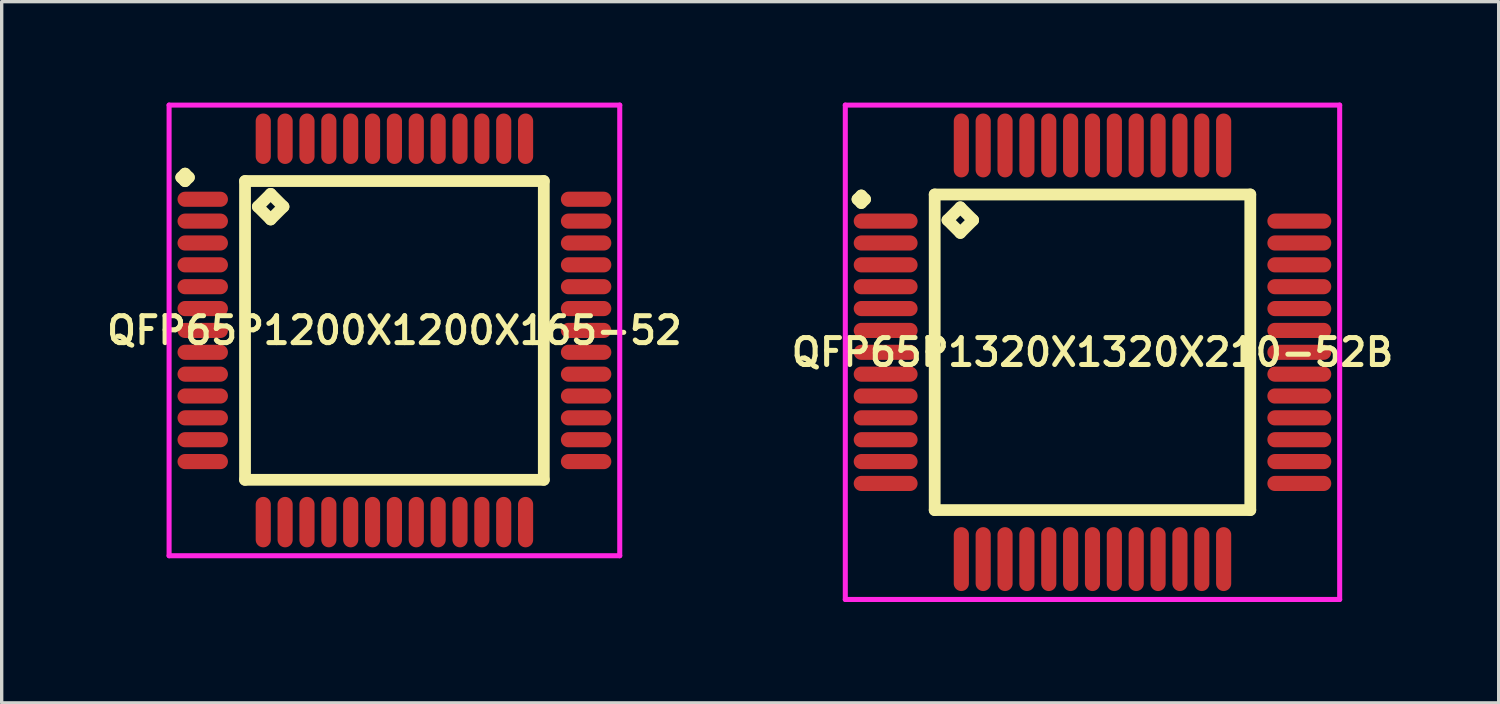
<source format=kicad_pcb>
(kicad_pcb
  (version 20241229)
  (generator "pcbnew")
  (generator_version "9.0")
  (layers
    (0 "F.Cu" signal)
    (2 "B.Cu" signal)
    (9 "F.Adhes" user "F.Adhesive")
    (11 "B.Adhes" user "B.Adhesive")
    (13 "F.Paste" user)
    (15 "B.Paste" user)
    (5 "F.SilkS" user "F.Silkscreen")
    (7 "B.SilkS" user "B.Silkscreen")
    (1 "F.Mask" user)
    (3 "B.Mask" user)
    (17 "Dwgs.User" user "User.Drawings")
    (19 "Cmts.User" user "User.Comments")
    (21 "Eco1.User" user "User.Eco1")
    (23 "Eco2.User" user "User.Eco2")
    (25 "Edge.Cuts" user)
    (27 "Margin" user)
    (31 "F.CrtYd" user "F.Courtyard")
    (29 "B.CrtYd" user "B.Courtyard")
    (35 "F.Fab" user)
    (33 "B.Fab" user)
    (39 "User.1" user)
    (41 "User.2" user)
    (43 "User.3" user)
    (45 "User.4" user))
  (footprint "QFP65P1320X1320X210-52B"
    (layer "F.Cu")
    (at 29.435 7.425)
    (property "Reference" "QFP65P1320X1320X210-52B" (at 0 0 0) (layer "F.SilkS") (effects (font (size 0.8 0.8) (thickness 0.15))))
    (attr through_hole)
    (fp_line (start -6.987 -4.55) (end -6.875 -4.662) (stroke (width 0.35) (type solid)) (layer "F.SilkS"))
    (fp_line (start -6.875 -4.662) (end -6.763 -4.55) (stroke (width 0.35) (type solid)) (layer "F.SilkS"))
    (fp_line (start -6.875 -4.438) (end -6.987 -4.55) (stroke (width 0.35) (type solid)) (layer "F.SilkS"))
    (fp_line (start -6.763 -4.55) (end -6.875 -4.438) (stroke (width 0.35) (type solid)) (layer "F.SilkS"))
    (fp_line (start -4.692 -4.692) (end -4.692 4.692) (stroke (width 0.35) (type solid)) (layer "F.SilkS"))
    (fp_line (start -4.692 4.692) (end 4.692 4.692) (stroke (width 0.35) (type solid)) (layer "F.SilkS"))
    (fp_line (start -4.311 -3.93) (end -3.93 -4.311) (stroke (width 0.35) (type solid)) (layer "F.SilkS"))
    (fp_line (start -3.93 -4.311) (end -3.549 -3.93) (stroke (width 0.35) (type solid)) (layer "F.SilkS"))
    (fp_line (start -3.93 -3.549) (end -4.311 -3.93) (stroke (width 0.35) (type solid)) (layer "F.SilkS"))
    (fp_line (start -3.549 -3.93) (end -3.93 -3.549) (stroke (width 0.35) (type solid)) (layer "F.SilkS"))
    (fp_line (start 4.692 -4.692) (end -4.692 -4.692) (stroke (width 0.35) (type solid)) (layer "F.SilkS"))
    (fp_line (start 4.692 4.692) (end 4.692 -4.692) (stroke (width 0.35) (type solid)) (layer "F.SilkS"))
    (fp_line (start -7.35 -7.35) (end 7.35 -7.35) (stroke (width 0.15) (type solid)) (layer "F.CrtYd"))
    (fp_line (start -7.35 7.35) (end -7.35 -7.35) (stroke (width 0.15) (type solid)) (layer "F.CrtYd"))
    (fp_line (start 7.35 -7.35) (end 7.35 7.35) (stroke (width 0.15) (type solid)) (layer "F.CrtYd"))
    (fp_line (start 7.35 7.35) (end -7.35 7.35) (stroke (width 0.15) (type solid)) (layer "F.CrtYd"))
    (pad "1" smd oval (at -6.15 -3.9) (size 1.9 0.45) (layers "F.Cu" "F.Mask" "F.Paste"))
    (pad "2" smd oval (at -6.15 -3.25) (size 1.9 0.45) (layers "F.Cu" "F.Mask" "F.Paste"))
    (pad "3" smd oval (at -6.15 -2.6) (size 1.9 0.45) (layers "F.Cu" "F.Mask" "F.Paste"))
    (pad "4" smd oval (at -6.15 -1.95) (size 1.9 0.45) (layers "F.Cu" "F.Mask" "F.Paste"))
    (pad "5" smd oval (at -6.15 -1.3) (size 1.9 0.45) (layers "F.Cu" "F.Mask" "F.Paste"))
    (pad "6" smd oval (at -6.15 -0.65) (size 1.9 0.45) (layers "F.Cu" "F.Mask" "F.Paste"))
    (pad "7" smd oval (at -6.15 0) (size 1.9 0.45) (layers "F.Cu" "F.Mask" "F.Paste"))
    (pad "8" smd oval (at -6.15 0.65) (size 1.9 0.45) (layers "F.Cu" "F.Mask" "F.Paste"))
    (pad "9" smd oval (at -6.15 1.3) (size 1.9 0.45) (layers "F.Cu" "F.Mask" "F.Paste"))
    (pad "10" smd oval (at -6.15 1.95) (size 1.9 0.45) (layers "F.Cu" "F.Mask" "F.Paste"))
    (pad "11" smd oval (at -6.15 2.6) (size 1.9 0.45) (layers "F.Cu" "F.Mask" "F.Paste"))
    (pad "12" smd oval (at -6.15 3.25) (size 1.9 0.45) (layers "F.Cu" "F.Mask" "F.Paste"))
    (pad "13" smd oval (at -6.15 3.9) (size 1.9 0.45) (layers "F.Cu" "F.Mask" "F.Paste"))
    (pad "14" smd oval (at -3.9 6.15) (size 0.45 1.9) (layers "F.Cu" "F.Mask" "F.Paste"))
    (pad "15" smd oval (at -3.25 6.15) (size 0.45 1.9) (layers "F.Cu" "F.Mask" "F.Paste"))
    (pad "16" smd oval (at -2.6 6.15) (size 0.45 1.9) (layers "F.Cu" "F.Mask" "F.Paste"))
    (pad "17" smd oval (at -1.95 6.15) (size 0.45 1.9) (layers "F.Cu" "F.Mask" "F.Paste"))
    (pad "18" smd oval (at -1.3 6.15) (size 0.45 1.9) (layers "F.Cu" "F.Mask" "F.Paste"))
    (pad "19" smd oval (at -0.65 6.15) (size 0.45 1.9) (layers "F.Cu" "F.Mask" "F.Paste"))
    (pad "20" smd oval (at 0 6.15) (size 0.45 1.9) (layers "F.Cu" "F.Mask" "F.Paste"))
    (pad "21" smd oval (at 0.65 6.15) (size 0.45 1.9) (layers "F.Cu" "F.Mask" "F.Paste"))
    (pad "22" smd oval (at 1.3 6.15) (size 0.45 1.9) (layers "F.Cu" "F.Mask" "F.Paste"))
    (pad "23" smd oval (at 1.95 6.15) (size 0.45 1.9) (layers "F.Cu" "F.Mask" "F.Paste"))
    (pad "24" smd oval (at 2.6 6.15) (size 0.45 1.9) (layers "F.Cu" "F.Mask" "F.Paste"))
    (pad "25" smd oval (at 3.25 6.15) (size 0.45 1.9) (layers "F.Cu" "F.Mask" "F.Paste"))
    (pad "26" smd oval (at 3.9 6.15) (size 0.45 1.9) (layers "F.Cu" "F.Mask" "F.Paste"))
    (pad "27" smd oval (at 6.15 3.9) (size 1.9 0.45) (layers "F.Cu" "F.Mask" "F.Paste"))
    (pad "28" smd oval (at 6.15 3.25) (size 1.9 0.45) (layers "F.Cu" "F.Mask" "F.Paste"))
    (pad "29" smd oval (at 6.15 2.6) (size 1.9 0.45) (layers "F.Cu" "F.Mask" "F.Paste"))
    (pad "30" smd oval (at 6.15 1.95) (size 1.9 0.45) (layers "F.Cu" "F.Mask" "F.Paste"))
    (pad "31" smd oval (at 6.15 1.3) (size 1.9 0.45) (layers "F.Cu" "F.Mask" "F.Paste"))
    (pad "32" smd oval (at 6.15 0.65) (size 1.9 0.45) (layers "F.Cu" "F.Mask" "F.Paste"))
    (pad "33" smd oval (at 6.15 0) (size 1.9 0.45) (layers "F.Cu" "F.Mask" "F.Paste"))
    (pad "34" smd oval (at 6.15 -0.65) (size 1.9 0.45) (layers "F.Cu" "F.Mask" "F.Paste"))
    (pad "35" smd oval (at 6.15 -1.3) (size 1.9 0.45) (layers "F.Cu" "F.Mask" "F.Paste"))
    (pad "36" smd oval (at 6.15 -1.95) (size 1.9 0.45) (layers "F.Cu" "F.Mask" "F.Paste"))
    (pad "37" smd oval (at 6.15 -2.6) (size 1.9 0.45) (layers "F.Cu" "F.Mask" "F.Paste"))
    (pad "38" smd oval (at 6.15 -3.25) (size 1.9 0.45) (layers "F.Cu" "F.Mask" "F.Paste"))
    (pad "39" smd oval (at 6.15 -3.9) (size 1.9 0.45) (layers "F.Cu" "F.Mask" "F.Paste"))
    (pad "40" smd oval (at 3.9 -6.15) (size 0.45 1.9) (layers "F.Cu" "F.Mask" "F.Paste"))
    (pad "41" smd oval (at 3.25 -6.15) (size 0.45 1.9) (layers "F.Cu" "F.Mask" "F.Paste"))
    (pad "42" smd oval (at 2.6 -6.15) (size 0.45 1.9) (layers "F.Cu" "F.Mask" "F.Paste"))
    (pad "43" smd oval (at 1.95 -6.15) (size 0.45 1.9) (layers "F.Cu" "F.Mask" "F.Paste"))
    (pad "44" smd oval (at 1.3 -6.15) (size 0.45 1.9) (layers "F.Cu" "F.Mask" "F.Paste"))
    (pad "45" smd oval (at 0.65 -6.15) (size 0.45 1.9) (layers "F.Cu" "F.Mask" "F.Paste"))
    (pad "46" smd oval (at 0 -6.15) (size 0.45 1.9) (layers "F.Cu" "F.Mask" "F.Paste"))
    (pad "47" smd oval (at -0.65 -6.15) (size 0.45 1.9) (layers "F.Cu" "F.Mask" "F.Paste"))
    (pad "48" smd oval (at -1.3 -6.15) (size 0.45 1.9) (layers "F.Cu" "F.Mask" "F.Paste"))
    (pad "49" smd oval (at -1.95 -6.15) (size 0.45 1.9) (layers "F.Cu" "F.Mask" "F.Paste"))
    (pad "50" smd oval (at -2.6 -6.15) (size 0.45 1.9) (layers "F.Cu" "F.Mask" "F.Paste"))
    (pad "51" smd oval (at -3.25 -6.15) (size 0.45 1.9) (layers "F.Cu" "F.Mask" "F.Paste"))
    (pad "52" smd oval (at -3.9 -6.15) (size 0.45 1.9) (layers "F.Cu" "F.Mask" "F.Paste")))
  (footprint "QFP65P1200X1200X165-52"
    (layer "F.Cu")
    (at 8.678 6.775)
    (property "Reference" "QFP65P1200X1200X165-52" (at 0 0 0) (layer "F.SilkS") (effects (font (size 0.8 0.8) (thickness 0.15))))
    (attr smd)
    (fp_line (start -6.338 -4.55) (end -6.225 -4.662) (stroke (width 0.35) (type solid)) (layer "F.SilkS"))
    (fp_line (start -6.225 -4.662) (end -6.112 -4.55) (stroke (width 0.35) (type solid)) (layer "F.SilkS"))
    (fp_line (start -6.225 -4.438) (end -6.338 -4.55) (stroke (width 0.35) (type solid)) (layer "F.SilkS"))
    (fp_line (start -6.112 -4.55) (end -6.225 -4.438) (stroke (width 0.35) (type solid)) (layer "F.SilkS"))
    (fp_line (start -4.442 -4.442) (end -4.442 4.442) (stroke (width 0.35) (type solid)) (layer "F.SilkS"))
    (fp_line (start -4.442 4.442) (end 4.442 4.442) (stroke (width 0.35) (type solid)) (layer "F.SilkS"))
    (fp_line (start -4.061 -3.68) (end -3.68 -4.061) (stroke (width 0.35) (type solid)) (layer "F.SilkS"))
    (fp_line (start -3.68 -4.061) (end -3.299 -3.68) (stroke (width 0.35) (type solid)) (layer "F.SilkS"))
    (fp_line (start -3.68 -3.299) (end -4.061 -3.68) (stroke (width 0.35) (type solid)) (layer "F.SilkS"))
    (fp_line (start -3.299 -3.68) (end -3.68 -3.299) (stroke (width 0.35) (type solid)) (layer "F.SilkS"))
    (fp_line (start 4.442 -4.442) (end -4.442 -4.442) (stroke (width 0.35) (type solid)) (layer "F.SilkS"))
    (fp_line (start 4.442 4.442) (end 4.442 -4.442) (stroke (width 0.35) (type solid)) (layer "F.SilkS"))
    (fp_line (start -6.7 -6.7) (end 6.7 -6.7) (stroke (width 0.15) (type solid)) (layer "F.CrtYd"))
    (fp_line (start -6.7 6.7) (end -6.7 -6.7) (stroke (width 0.15) (type solid)) (layer "F.CrtYd"))
    (fp_line (start 6.7 -6.7) (end 6.7 6.7) (stroke (width 0.15) (type solid)) (layer "F.CrtYd"))
    (fp_line (start 6.7 6.7) (end -6.7 6.7) (stroke (width 0.15) (type solid)) (layer "F.CrtYd"))
    (pad "1" smd oval (at -5.7 -3.9) (size 1.5 0.45) (layers "F.Cu" "F.Mask" "F.Paste"))
    (pad "2" smd oval (at -5.7 -3.25) (size 1.5 0.45) (layers "F.Cu" "F.Mask" "F.Paste"))
    (pad "3" smd oval (at -5.7 -2.6) (size 1.5 0.45) (layers "F.Cu" "F.Mask" "F.Paste"))
    (pad "4" smd oval (at -5.7 -1.95) (size 1.5 0.45) (layers "F.Cu" "F.Mask" "F.Paste"))
    (pad "5" smd oval (at -5.7 -1.3) (size 1.5 0.45) (layers "F.Cu" "F.Mask" "F.Paste"))
    (pad "6" smd oval (at -5.7 -0.65) (size 1.5 0.45) (layers "F.Cu" "F.Mask" "F.Paste"))
    (pad "7" smd oval (at -5.7 0) (size 1.5 0.45) (layers "F.Cu" "F.Mask" "F.Paste"))
    (pad "8" smd oval (at -5.7 0.65) (size 1.5 0.45) (layers "F.Cu" "F.Mask" "F.Paste"))
    (pad "9" smd oval (at -5.7 1.3) (size 1.5 0.45) (layers "F.Cu" "F.Mask" "F.Paste"))
    (pad "10" smd oval (at -5.7 1.95) (size 1.5 0.45) (layers "F.Cu" "F.Mask" "F.Paste"))
    (pad "11" smd oval (at -5.7 2.6) (size 1.5 0.45) (layers "F.Cu" "F.Mask" "F.Paste"))
    (pad "12" smd oval (at -5.7 3.25) (size 1.5 0.45) (layers "F.Cu" "F.Mask" "F.Paste"))
    (pad "13" smd oval (at -5.7 3.9) (size 1.5 0.45) (layers "F.Cu" "F.Mask" "F.Paste"))
    (pad "14" smd oval (at -3.9 5.7) (size 0.45 1.5) (layers "F.Cu" "F.Mask" "F.Paste"))
    (pad "15" smd oval (at -3.25 5.7) (size 0.45 1.5) (layers "F.Cu" "F.Mask" "F.Paste"))
    (pad "16" smd oval (at -2.6 5.7) (size 0.45 1.5) (layers "F.Cu" "F.Mask" "F.Paste"))
    (pad "17" smd oval (at -1.95 5.7) (size 0.45 1.5) (layers "F.Cu" "F.Mask" "F.Paste"))
    (pad "18" smd oval (at -1.3 5.7) (size 0.45 1.5) (layers "F.Cu" "F.Mask" "F.Paste"))
    (pad "19" smd oval (at -0.65 5.7) (size 0.45 1.5) (layers "F.Cu" "F.Mask" "F.Paste"))
    (pad "20" smd oval (at 0 5.7) (size 0.45 1.5) (layers "F.Cu" "F.Mask" "F.Paste"))
    (pad "21" smd oval (at 0.65 5.7) (size 0.45 1.5) (layers "F.Cu" "F.Mask" "F.Paste"))
    (pad "22" smd oval (at 1.3 5.7) (size 0.45 1.5) (layers "F.Cu" "F.Mask" "F.Paste"))
    (pad "23" smd oval (at 1.95 5.7) (size 0.45 1.5) (layers "F.Cu" "F.Mask" "F.Paste"))
    (pad "24" smd oval (at 2.6 5.7) (size 0.45 1.5) (layers "F.Cu" "F.Mask" "F.Paste"))
    (pad "25" smd oval (at 3.25 5.7) (size 0.45 1.5) (layers "F.Cu" "F.Mask" "F.Paste"))
    (pad "26" smd oval (at 3.9 5.7) (size 0.45 1.5) (layers "F.Cu" "F.Mask" "F.Paste"))
    (pad "27" smd oval (at 5.7 3.9) (size 1.5 0.45) (layers "F.Cu" "F.Mask" "F.Paste"))
    (pad "28" smd oval (at 5.7 3.25) (size 1.5 0.45) (layers "F.Cu" "F.Mask" "F.Paste"))
    (pad "29" smd oval (at 5.7 2.6) (size 1.5 0.45) (layers "F.Cu" "F.Mask" "F.Paste"))
    (pad "30" smd oval (at 5.7 1.95) (size 1.5 0.45) (layers "F.Cu" "F.Mask" "F.Paste"))
    (pad "31" smd oval (at 5.7 1.3) (size 1.5 0.45) (layers "F.Cu" "F.Mask" "F.Paste"))
    (pad "32" smd oval (at 5.7 0.65) (size 1.5 0.45) (layers "F.Cu" "F.Mask" "F.Paste"))
    (pad "33" smd oval (at 5.7 0) (size 1.5 0.45) (layers "F.Cu" "F.Mask" "F.Paste"))
    (pad "34" smd oval (at 5.7 -0.65) (size 1.5 0.45) (layers "F.Cu" "F.Mask" "F.Paste"))
    (pad "35" smd oval (at 5.7 -1.3) (size 1.5 0.45) (layers "F.Cu" "F.Mask" "F.Paste"))
    (pad "36" smd oval (at 5.7 -1.95) (size 1.5 0.45) (layers "F.Cu" "F.Mask" "F.Paste"))
    (pad "37" smd oval (at 5.7 -2.6) (size 1.5 0.45) (layers "F.Cu" "F.Mask" "F.Paste"))
    (pad "38" smd oval (at 5.7 -3.25) (size 1.5 0.45) (layers "F.Cu" "F.Mask" "F.Paste"))
    (pad "39" smd oval (at 5.7 -3.9) (size 1.5 0.45) (layers "F.Cu" "F.Mask" "F.Paste"))
    (pad "40" smd oval (at 3.9 -5.7) (size 0.45 1.5) (layers "F.Cu" "F.Mask" "F.Paste"))
    (pad "41" smd oval (at 3.25 -5.7) (size 0.45 1.5) (layers "F.Cu" "F.Mask" "F.Paste"))
    (pad "42" smd oval (at 2.6 -5.7) (size 0.45 1.5) (layers "F.Cu" "F.Mask" "F.Paste"))
    (pad "43" smd oval (at 1.95 -5.7) (size 0.45 1.5) (layers "F.Cu" "F.Mask" "F.Paste"))
    (pad "44" smd oval (at 1.3 -5.7) (size 0.45 1.5) (layers "F.Cu" "F.Mask" "F.Paste"))
    (pad "45" smd oval (at 0.65 -5.7) (size 0.45 1.5) (layers "F.Cu" "F.Mask" "F.Paste"))
    (pad "46" smd oval (at 0 -5.7) (size 0.45 1.5) (layers "F.Cu" "F.Mask" "F.Paste"))
    (pad "47" smd oval (at -0.65 -5.7) (size 0.45 1.5) (layers "F.Cu" "F.Mask" "F.Paste"))
    (pad "48" smd oval (at -1.3 -5.7) (size 0.45 1.5) (layers "F.Cu" "F.Mask" "F.Paste"))
    (pad "49" smd oval (at -1.95 -5.7) (size 0.45 1.5) (layers "F.Cu" "F.Mask" "F.Paste"))
    (pad "50" smd oval (at -2.6 -5.7) (size 0.45 1.5) (layers "F.Cu" "F.Mask" "F.Paste"))
    (pad "51" smd oval (at -3.25 -5.7) (size 0.45 1.5) (layers "F.Cu" "F.Mask" "F.Paste"))
    (pad "52" smd oval (at -3.9 -5.7) (size 0.45 1.5) (layers "F.Cu" "F.Mask" "F.Paste")))
  (gr_rect
    (start -3 -3)
    (end 41.513 17.85)
    (stroke (width 0.1) (type default))
    (fill no)
    (layer "Edge.Cuts")))
</source>
